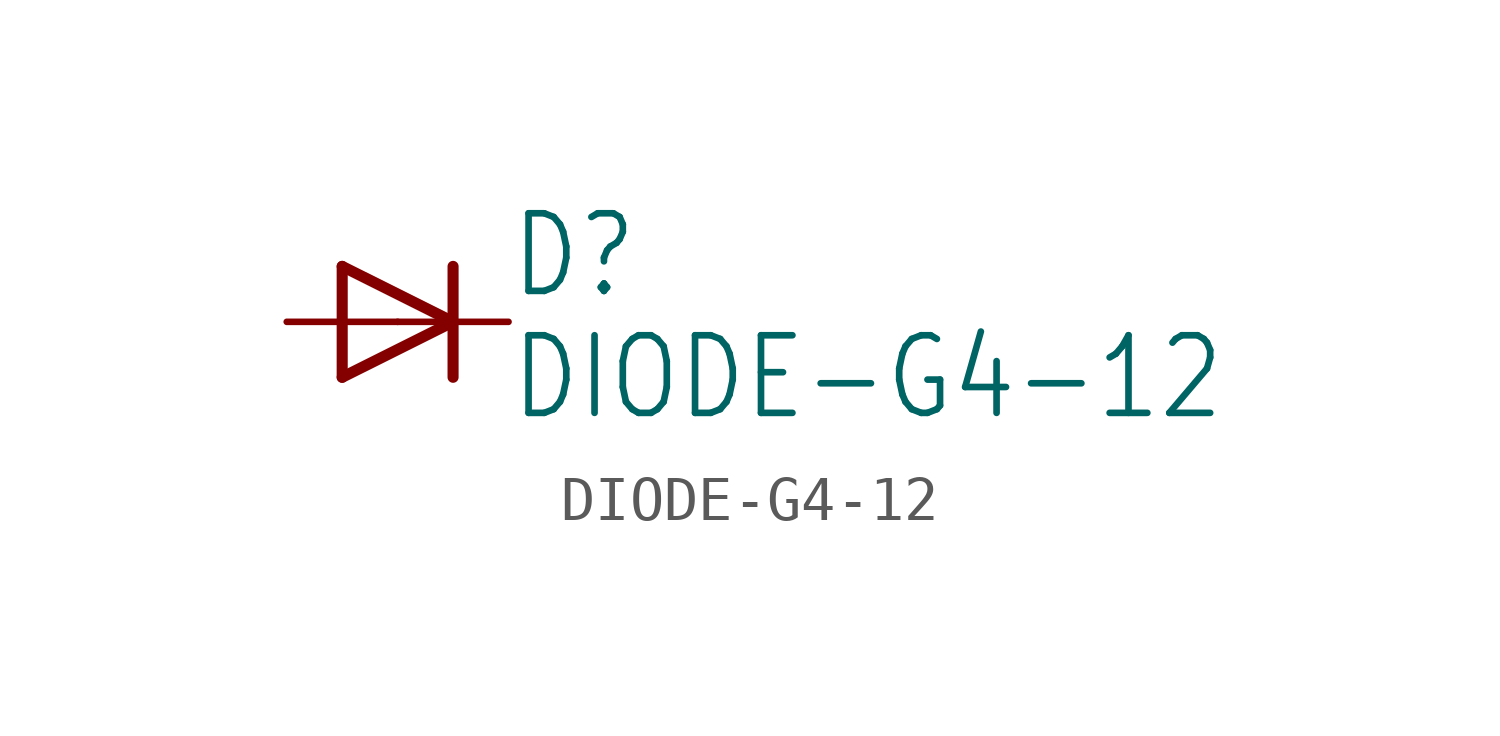
<source format=kicad_sym>
(kicad_symbol_lib
  (version 20211014)
  (generator kicad_symbol_editor)
  (symbol "DIODE-G4-12"
    (property "Reference" "D"
      (at 2.54 0.483 0)
      (effects (font (size 1.778 1.511)) (justify left bottom)))
    (property "Value" "DIODE-G4-12"
      (at 2.54 -2.311 0)
      (effects (font (size 1.778 1.511)) (justify left bottom)))
    (property "ki_locked" ""
      (at 0 0 0)
      (effects (font (size 1.27 1.27))))
    (symbol "DIODE-G4-12_1_0"
      (polyline (pts (xy -1.27 -1.27) (xy 1.27 0)) (stroke (width 0.254) (type default) (color 0 0 0 0)) (fill (type none)))
      (polyline (pts (xy -1.27 1.27) (xy -1.27 -1.27)) (stroke (width 0.254) (type default) (color 0 0 0 0)) (fill (type none)))
      (polyline (pts (xy 1.27 0) (xy -1.27 1.27)) (stroke (width 0.254) (type default) (color 0 0 0 0)) (fill (type none)))
      (polyline (pts (xy 1.27 0) (xy 1.27 -1.27)) (stroke (width 0.254) (type default) (color 0 0 0 0)) (fill (type none)))
      (polyline (pts (xy 1.27 1.27) (xy 1.27 0)) (stroke (width 0.254) (type default) (color 0 0 0 0)) (fill (type none)))
      (pin passive line (at -2.54 0 0) (length 2.54) (name "A" (effects (font (size 0 0)))) (number "A" (effects (font (size 0 0)))))
      (pin passive line (at 2.54 0 180) (length 2.54) (name "C" (effects (font (size 0 0)))) (number "C" (effects (font (size 0 0))))))))
</source>
